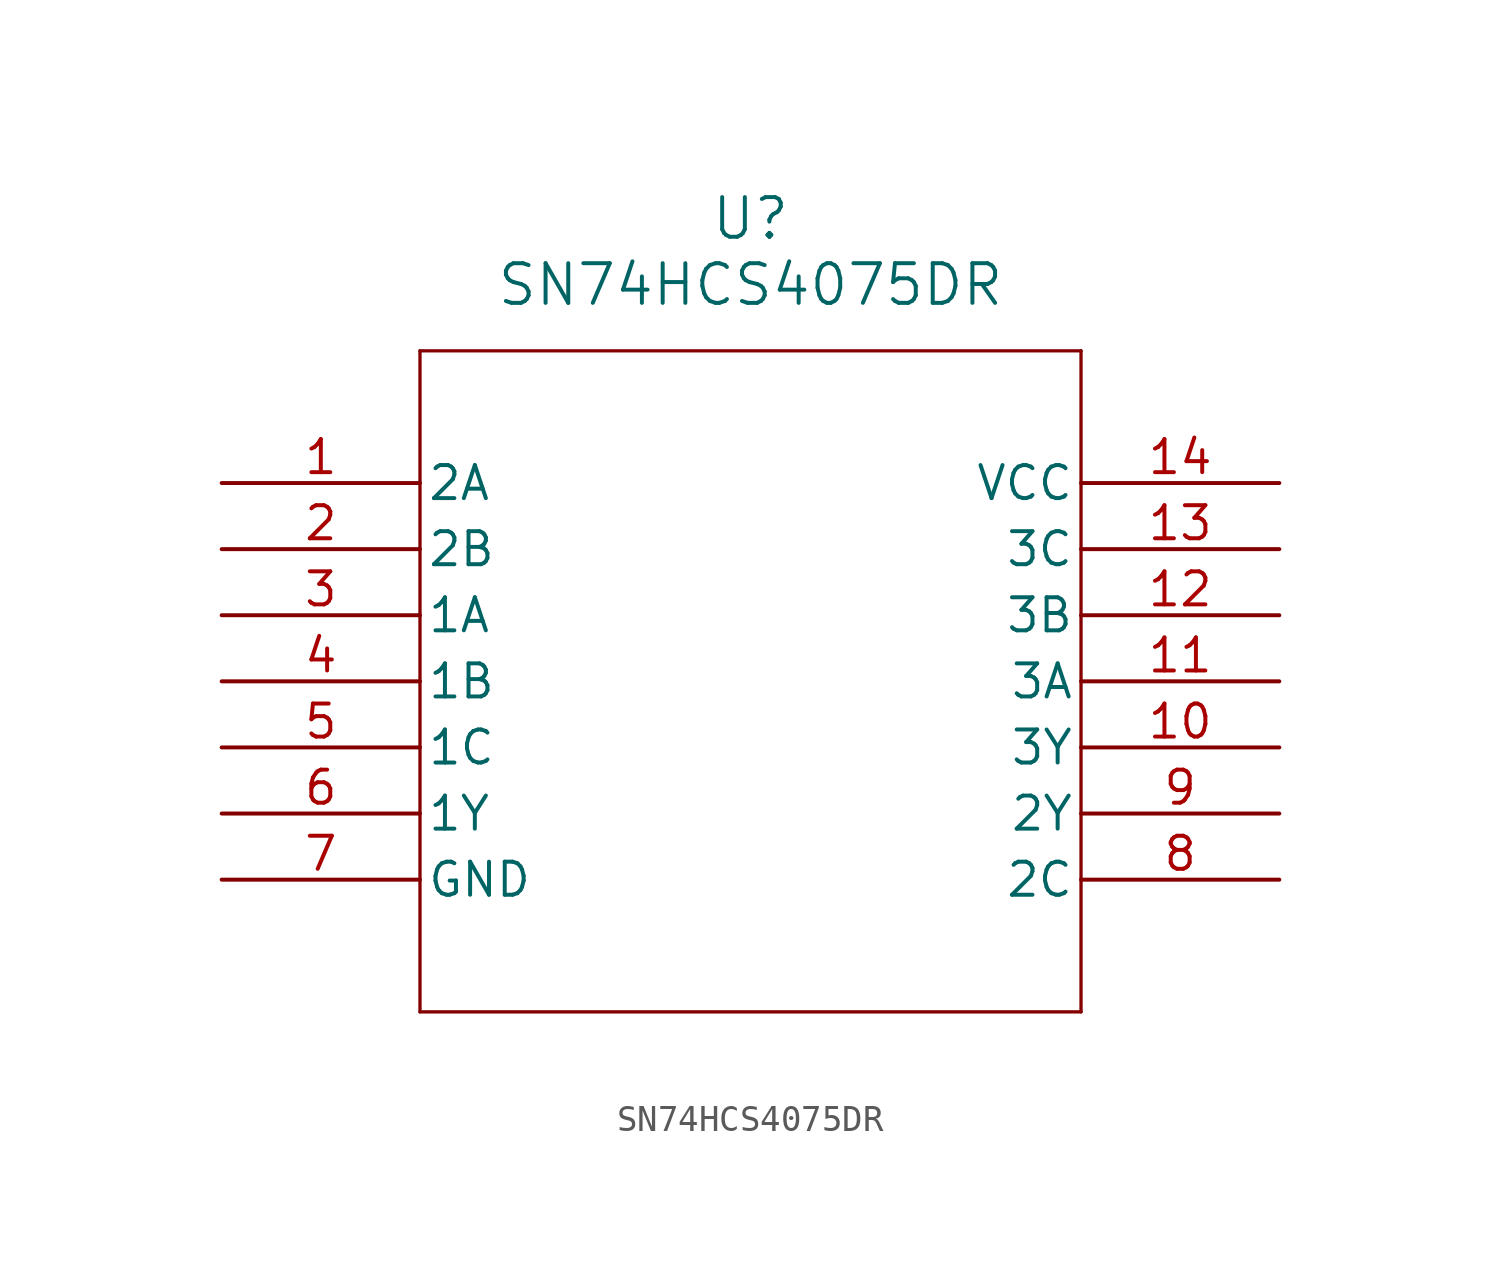
<source format=kicad_sym>
(kicad_symbol_lib
  (version 20211014)
  (generator kicad_symbol_editor)
  (symbol "SN74HCS4075DR"
    (pin_names
      (offset 0.254))
    (property "Reference" "U"
      (at 20.32 10.16 0)
      (effects (font (size 1.524 1.524))))
    (property "Value" "SN74HCS4075DR"
      (at 20.32 7.62 0)
      (effects (font (size 1.524 1.524))))
    (symbol "SN74HCS4075DR_0_1"
      (polyline (pts (xy 7.62 5.08) (xy 7.62 -20.32)) (stroke (width 0.127) (type default) (color 0 0 0 0)) (fill (type none)))
      (polyline (pts (xy 7.62 -20.32) (xy 33.02 -20.32)) (stroke (width 0.127) (type default) (color 0 0 0 0)) (fill (type none)))
      (polyline (pts (xy 33.02 -20.32) (xy 33.02 5.08)) (stroke (width 0.127) (type default) (color 0 0 0 0)) (fill (type none)))
      (polyline (pts (xy 33.02 5.08) (xy 7.62 5.08)) (stroke (width 0.127) (type default) (color 0 0 0 0)) (fill (type none)))
      (pin input line (at 0 0 0) (length 7.62) (name "2A" (effects (font (size 1.27 1.27)))) (number "1" (effects (font (size 1.27 1.27)))))
      (pin input line (at 0 -2.54 0) (length 7.62) (name "2B" (effects (font (size 1.27 1.27)))) (number "2" (effects (font (size 1.27 1.27)))))
      (pin input line (at 0 -5.08 0) (length 7.62) (name "1A" (effects (font (size 1.27 1.27)))) (number "3" (effects (font (size 1.27 1.27)))))
      (pin input line (at 0 -7.62 0) (length 7.62) (name "1B" (effects (font (size 1.27 1.27)))) (number "4" (effects (font (size 1.27 1.27)))))
      (pin input line (at 0 -10.16 0) (length 7.62) (name "1C" (effects (font (size 1.27 1.27)))) (number "5" (effects (font (size 1.27 1.27)))))
      (pin output line (at 0 -12.7 0) (length 7.62) (name "1Y" (effects (font (size 1.27 1.27)))) (number "6" (effects (font (size 1.27 1.27)))))
      (pin power_out line (at 0 -15.24 0) (length 7.62) (name "GND" (effects (font (size 1.27 1.27)))) (number "7" (effects (font (size 1.27 1.27)))))
      (pin input line (at 40.64 -15.24 180) (length 7.62) (name "2C" (effects (font (size 1.27 1.27)))) (number "8" (effects (font (size 1.27 1.27)))))
      (pin output line (at 40.64 -12.7 180) (length 7.62) (name "2Y" (effects (font (size 1.27 1.27)))) (number "9" (effects (font (size 1.27 1.27)))))
      (pin output line (at 40.64 -10.16 180) (length 7.62) (name "3Y" (effects (font (size 1.27 1.27)))) (number "10" (effects (font (size 1.27 1.27)))))
      (pin input line (at 40.64 -7.62 180) (length 7.62) (name "3A" (effects (font (size 1.27 1.27)))) (number "11" (effects (font (size 1.27 1.27)))))
      (pin input line (at 40.64 -5.08 180) (length 7.62) (name "3B" (effects (font (size 1.27 1.27)))) (number "12" (effects (font (size 1.27 1.27)))))
      (pin input line (at 40.64 -2.54 180) (length 7.62) (name "3C" (effects (font (size 1.27 1.27)))) (number "13" (effects (font (size 1.27 1.27)))))
      (pin power_in line (at 40.64 0 180) (length 7.62) (name "VCC" (effects (font (size 1.27 1.27)))) (number "14" (effects (font (size 1.27 1.27))))))))
</source>
